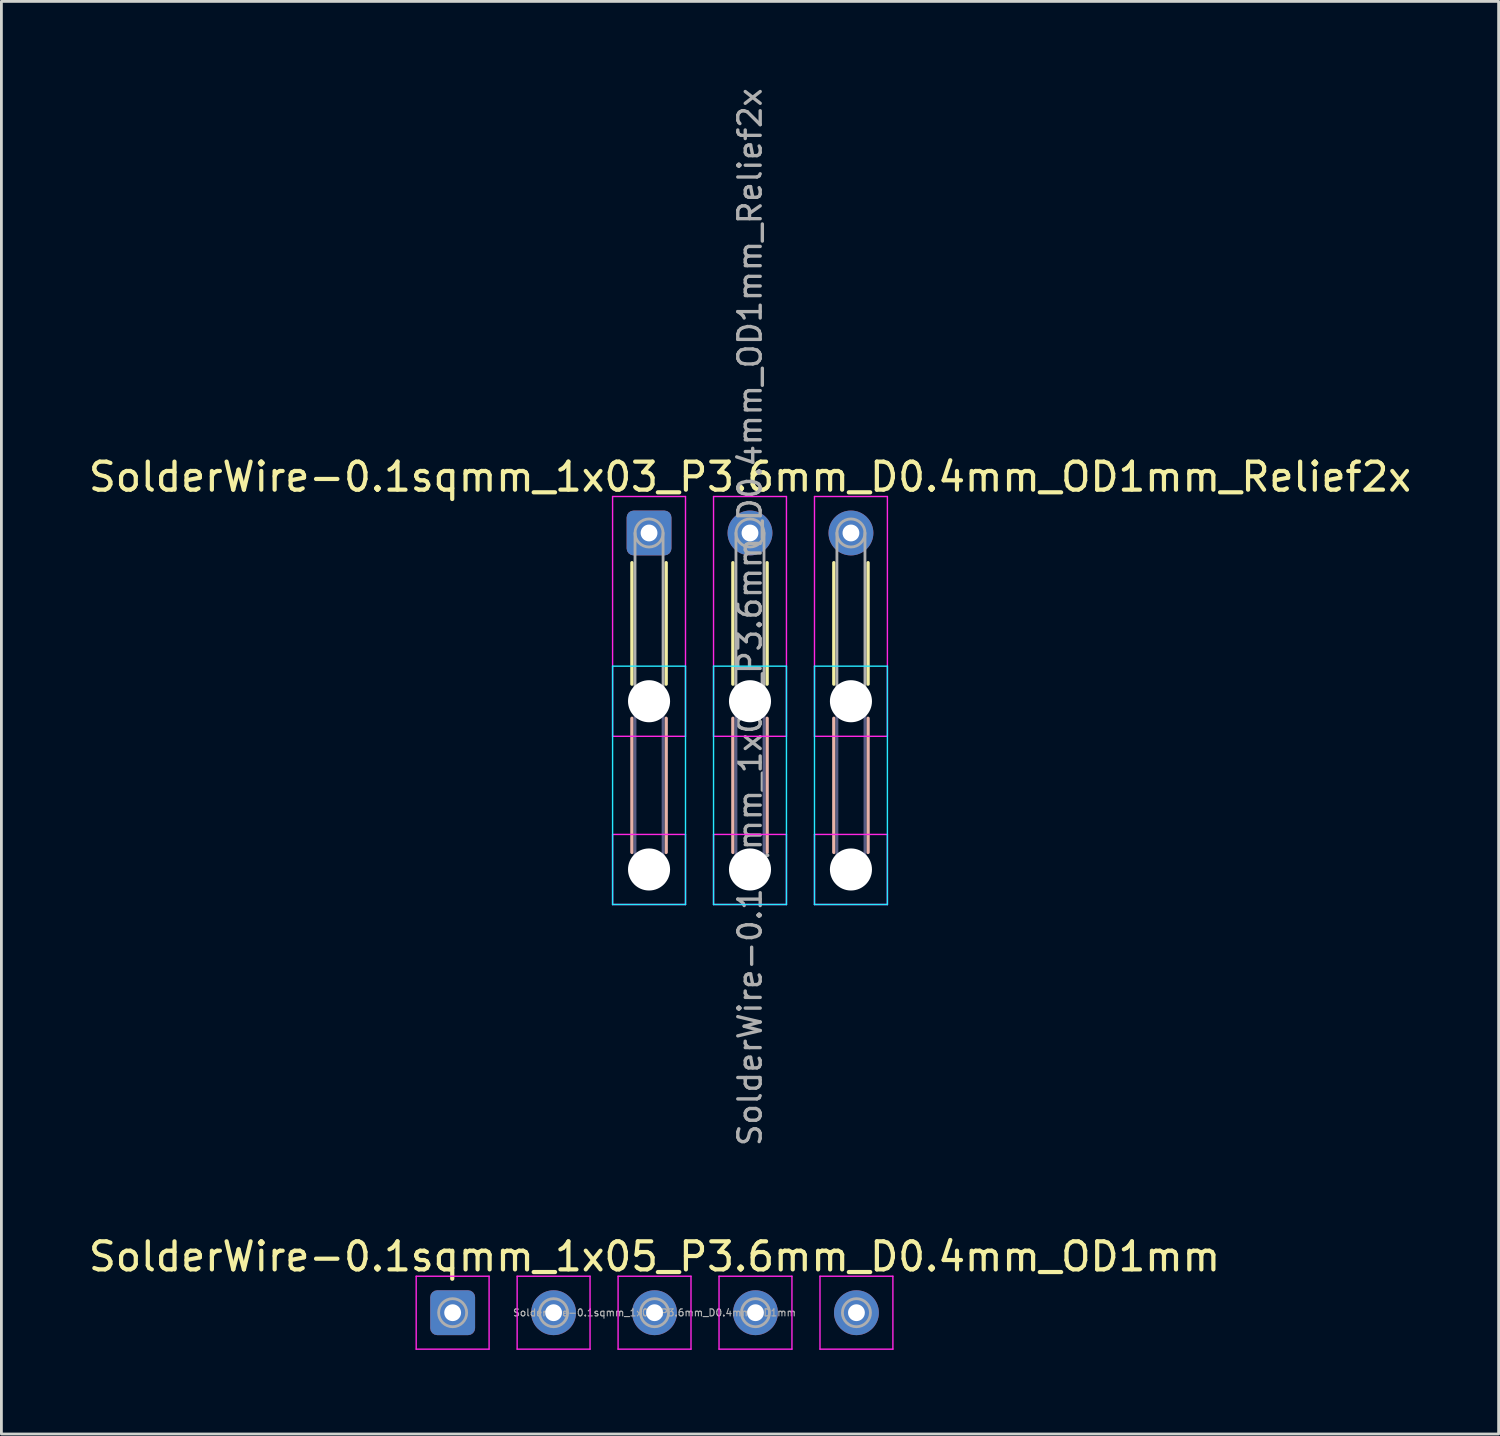
<source format=kicad_pcb>
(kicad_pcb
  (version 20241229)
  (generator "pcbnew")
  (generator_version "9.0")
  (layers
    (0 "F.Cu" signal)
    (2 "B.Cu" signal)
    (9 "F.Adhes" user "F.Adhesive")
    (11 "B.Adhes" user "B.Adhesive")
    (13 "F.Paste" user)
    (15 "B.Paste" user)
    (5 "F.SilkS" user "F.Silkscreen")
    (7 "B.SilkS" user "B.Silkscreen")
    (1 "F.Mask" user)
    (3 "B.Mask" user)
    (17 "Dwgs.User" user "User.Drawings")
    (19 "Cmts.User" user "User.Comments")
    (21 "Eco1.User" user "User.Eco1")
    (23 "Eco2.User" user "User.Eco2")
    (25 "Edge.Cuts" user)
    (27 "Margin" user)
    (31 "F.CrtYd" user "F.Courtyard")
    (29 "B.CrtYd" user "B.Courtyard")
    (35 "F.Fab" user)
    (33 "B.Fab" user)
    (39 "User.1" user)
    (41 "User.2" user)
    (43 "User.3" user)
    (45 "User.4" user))
  (footprint "SolderWire-0.1sqmm_1x05_P3.6mm_D0.4mm_OD1mm"
    (layer "F.Cu")
    (at 13.092 43.763)
    (property "Reference" "SolderWire-0.1sqmm_1x05_P3.6mm_D0.4mm_OD1mm" (at 7.2 -2 0) (layer "F.SilkS") (effects (font (size 1 1) (thickness 0.15))))
    (attr exclude_from_pos_files exclude_from_bom)
    (fp_line (start -1.3 -1.3) (end -1.3 1.3) (stroke (width 0.05) (type solid)) (layer "F.CrtYd"))
    (fp_line (start -1.3 1.3) (end 1.3 1.3) (stroke (width 0.05) (type solid)) (layer "F.CrtYd"))
    (fp_line (start 1.3 -1.3) (end -1.3 -1.3) (stroke (width 0.05) (type solid)) (layer "F.CrtYd"))
    (fp_line (start 1.3 1.3) (end 1.3 -1.3) (stroke (width 0.05) (type solid)) (layer "F.CrtYd"))
    (fp_line (start 2.3 -1.3) (end 2.3 1.3) (stroke (width 0.05) (type solid)) (layer "F.CrtYd"))
    (fp_line (start 2.3 1.3) (end 4.9 1.3) (stroke (width 0.05) (type solid)) (layer "F.CrtYd"))
    (fp_line (start 4.9 -1.3) (end 2.3 -1.3) (stroke (width 0.05) (type solid)) (layer "F.CrtYd"))
    (fp_line (start 4.9 1.3) (end 4.9 -1.3) (stroke (width 0.05) (type solid)) (layer "F.CrtYd"))
    (fp_line (start 5.9 -1.3) (end 5.9 1.3) (stroke (width 0.05) (type solid)) (layer "F.CrtYd"))
    (fp_line (start 5.9 1.3) (end 8.5 1.3) (stroke (width 0.05) (type solid)) (layer "F.CrtYd"))
    (fp_line (start 8.5 -1.3) (end 5.9 -1.3) (stroke (width 0.05) (type solid)) (layer "F.CrtYd"))
    (fp_line (start 8.5 1.3) (end 8.5 -1.3) (stroke (width 0.05) (type solid)) (layer "F.CrtYd"))
    (fp_line (start 9.5 -1.3) (end 9.5 1.3) (stroke (width 0.05) (type solid)) (layer "F.CrtYd"))
    (fp_line (start 9.5 1.3) (end 12.1 1.3) (stroke (width 0.05) (type solid)) (layer "F.CrtYd"))
    (fp_line (start 12.1 -1.3) (end 9.5 -1.3) (stroke (width 0.05) (type solid)) (layer "F.CrtYd"))
    (fp_line (start 12.1 1.3) (end 12.1 -1.3) (stroke (width 0.05) (type solid)) (layer "F.CrtYd"))
    (fp_line (start 13.1 -1.3) (end 13.1 1.3) (stroke (width 0.05) (type solid)) (layer "F.CrtYd"))
    (fp_line (start 13.1 1.3) (end 15.7 1.3) (stroke (width 0.05) (type solid)) (layer "F.CrtYd"))
    (fp_line (start 15.7 -1.3) (end 13.1 -1.3) (stroke (width 0.05) (type solid)) (layer "F.CrtYd"))
    (fp_line (start 15.7 1.3) (end 15.7 -1.3) (stroke (width 0.05) (type solid)) (layer "F.CrtYd"))
    (fp_circle (center 0 0) (end 0.5 0) (stroke (width 0.1) (type solid)) (fill no) (layer "F.Fab"))
    (fp_circle (center 3.6 0) (end 4.1 0) (stroke (width 0.1) (type solid)) (fill no) (layer "F.Fab"))
    (fp_circle (center 7.2 0) (end 7.7 0) (stroke (width 0.1) (type solid)) (fill no) (layer "F.Fab"))
    (fp_circle (center 10.8 0) (end 11.3 0) (stroke (width 0.1) (type solid)) (fill no) (layer "F.Fab"))
    (fp_circle (center 14.4 0) (end 14.9 0) (stroke (width 0.1) (type solid)) (fill no) (layer "F.Fab"))
    (fp_text user "${REFERENCE}" (at 7.2 0 0) (layer "F.Fab") (effects (font (size 0.25 0.25) (thickness 0.04))))
    (pad "1" thru_hole roundrect (at 0 0) (size 1.6 1.6) (drill 0.6) (layers "*.Cu" "*.Mask") (roundrect_rratio 0.156))
    (pad "2" thru_hole circle (at 3.6 0) (size 1.6 1.6) (drill 0.6) (layers "*.Cu" "*.Mask"))
    (pad "3" thru_hole circle (at 7.2 0) (size 1.6 1.6) (drill 0.6) (layers "*.Cu" "*.Mask"))
    (pad "4" thru_hole circle (at 10.8 0) (size 1.6 1.6) (drill 0.6) (layers "*.Cu" "*.Mask"))
    (pad "5" thru_hole circle (at 14.4 0) (size 1.6 1.6) (drill 0.6) (layers "*.Cu" "*.Mask")))
  (footprint "SolderWire-0.1sqmm_1x03_P3.6mm_D0.4mm_OD1mm_Relief2x"
    (layer "F.Cu")
    (at 20.096 15.957)
    (property "Reference" "SolderWire-0.1sqmm_1x03_P3.6mm_D0.4mm_OD1mm_Relief2x" (at 3.6 -2 0) (layer "F.SilkS") (effects (font (size 1 1) (thickness 0.15))))
    (attr exclude_from_pos_files exclude_from_bom)
    (fp_line (start -0.61 1.06) (end -0.61 5.39) (stroke (width 0.12) (type solid)) (layer "F.SilkS"))
    (fp_line (start 0.61 1.06) (end 0.61 5.39) (stroke (width 0.12) (type solid)) (layer "F.SilkS"))
    (fp_line (start 2.99 1.06) (end 2.99 5.39) (stroke (width 0.12) (type solid)) (layer "F.SilkS"))
    (fp_line (start 4.21 1.06) (end 4.21 5.39) (stroke (width 0.12) (type solid)) (layer "F.SilkS"))
    (fp_line (start 6.59 1.06) (end 6.59 5.39) (stroke (width 0.12) (type solid)) (layer "F.SilkS"))
    (fp_line (start 7.81 1.06) (end 7.81 5.39) (stroke (width 0.12) (type solid)) (layer "F.SilkS"))
    (fp_line (start -0.61 6.61) (end -0.61 11.39) (stroke (width 0.12) (type solid)) (layer "B.SilkS"))
    (fp_line (start 0.61 6.61) (end 0.61 11.39) (stroke (width 0.12) (type solid)) (layer "B.SilkS"))
    (fp_line (start 2.99 6.61) (end 2.99 11.39) (stroke (width 0.12) (type solid)) (layer "B.SilkS"))
    (fp_line (start 4.21 6.61) (end 4.21 11.39) (stroke (width 0.12) (type solid)) (layer "B.SilkS"))
    (fp_line (start 6.59 6.61) (end 6.59 11.39) (stroke (width 0.12) (type solid)) (layer "B.SilkS"))
    (fp_line (start 7.81 6.61) (end 7.81 11.39) (stroke (width 0.12) (type solid)) (layer "B.SilkS"))
    (fp_line (start -1.3 4.75) (end -1.3 13.25) (stroke (width 0.05) (type solid)) (layer "B.CrtYd"))
    (fp_line (start -1.3 13.25) (end 1.3 13.25) (stroke (width 0.05) (type solid)) (layer "B.CrtYd"))
    (fp_line (start 1.3 4.75) (end -1.3 4.75) (stroke (width 0.05) (type solid)) (layer "B.CrtYd"))
    (fp_line (start 1.3 13.25) (end 1.3 4.75) (stroke (width 0.05) (type solid)) (layer "B.CrtYd"))
    (fp_line (start 2.3 4.75) (end 2.3 13.25) (stroke (width 0.05) (type solid)) (layer "B.CrtYd"))
    (fp_line (start 2.3 13.25) (end 4.9 13.25) (stroke (width 0.05) (type solid)) (layer "B.CrtYd"))
    (fp_line (start 4.9 4.75) (end 2.3 4.75) (stroke (width 0.05) (type solid)) (layer "B.CrtYd"))
    (fp_line (start 4.9 13.25) (end 4.9 4.75) (stroke (width 0.05) (type solid)) (layer "B.CrtYd"))
    (fp_line (start 5.9 4.75) (end 5.9 13.25) (stroke (width 0.05) (type solid)) (layer "B.CrtYd"))
    (fp_line (start 5.9 13.25) (end 8.5 13.25) (stroke (width 0.05) (type solid)) (layer "B.CrtYd"))
    (fp_line (start 8.5 4.75) (end 5.9 4.75) (stroke (width 0.05) (type solid)) (layer "B.CrtYd"))
    (fp_line (start 8.5 13.25) (end 8.5 4.75) (stroke (width 0.05) (type solid)) (layer "B.CrtYd"))
    (fp_line (start -1.3 -1.3) (end -1.3 7.25) (stroke (width 0.05) (type solid)) (layer "F.CrtYd"))
    (fp_line (start -1.3 7.25) (end 1.3 7.25) (stroke (width 0.05) (type solid)) (layer "F.CrtYd"))
    (fp_line (start -1.3 10.75) (end -1.3 13.25) (stroke (width 0.05) (type solid)) (layer "F.CrtYd"))
    (fp_line (start -1.3 13.25) (end 1.3 13.25) (stroke (width 0.05) (type solid)) (layer "F.CrtYd"))
    (fp_line (start 1.3 -1.3) (end -1.3 -1.3) (stroke (width 0.05) (type solid)) (layer "F.CrtYd"))
    (fp_line (start 1.3 7.25) (end 1.3 -1.3) (stroke (width 0.05) (type solid)) (layer "F.CrtYd"))
    (fp_line (start 1.3 10.75) (end -1.3 10.75) (stroke (width 0.05) (type solid)) (layer "F.CrtYd"))
    (fp_line (start 1.3 13.25) (end 1.3 10.75) (stroke (width 0.05) (type solid)) (layer "F.CrtYd"))
    (fp_line (start 2.3 -1.3) (end 2.3 7.25) (stroke (width 0.05) (type solid)) (layer "F.CrtYd"))
    (fp_line (start 2.3 7.25) (end 4.9 7.25) (stroke (width 0.05) (type solid)) (layer "F.CrtYd"))
    (fp_line (start 2.3 10.75) (end 2.3 13.25) (stroke (width 0.05) (type solid)) (layer "F.CrtYd"))
    (fp_line (start 2.3 13.25) (end 4.9 13.25) (stroke (width 0.05) (type solid)) (layer "F.CrtYd"))
    (fp_line (start 4.9 -1.3) (end 2.3 -1.3) (stroke (width 0.05) (type solid)) (layer "F.CrtYd"))
    (fp_line (start 4.9 7.25) (end 4.9 -1.3) (stroke (width 0.05) (type solid)) (layer "F.CrtYd"))
    (fp_line (start 4.9 10.75) (end 2.3 10.75) (stroke (width 0.05) (type solid)) (layer "F.CrtYd"))
    (fp_line (start 4.9 13.25) (end 4.9 10.75) (stroke (width 0.05) (type solid)) (layer "F.CrtYd"))
    (fp_line (start 5.9 -1.3) (end 5.9 7.25) (stroke (width 0.05) (type solid)) (layer "F.CrtYd"))
    (fp_line (start 5.9 7.25) (end 8.5 7.25) (stroke (width 0.05) (type solid)) (layer "F.CrtYd"))
    (fp_line (start 5.9 10.75) (end 5.9 13.25) (stroke (width 0.05) (type solid)) (layer "F.CrtYd"))
    (fp_line (start 5.9 13.25) (end 8.5 13.25) (stroke (width 0.05) (type solid)) (layer "F.CrtYd"))
    (fp_line (start 8.5 -1.3) (end 5.9 -1.3) (stroke (width 0.05) (type solid)) (layer "F.CrtYd"))
    (fp_line (start 8.5 7.25) (end 8.5 -1.3) (stroke (width 0.05) (type solid)) (layer "F.CrtYd"))
    (fp_line (start 8.5 10.75) (end 5.9 10.75) (stroke (width 0.05) (type solid)) (layer "F.CrtYd"))
    (fp_line (start 8.5 13.25) (end 8.5 10.75) (stroke (width 0.05) (type solid)) (layer "F.CrtYd"))
    (fp_line (start -0.5 6) (end -0.5 12) (stroke (width 0.1) (type solid)) (layer "B.Fab"))
    (fp_line (start 0.5 6) (end 0.5 12) (stroke (width 0.1) (type solid)) (layer "B.Fab"))
    (fp_line (start 3.1 6) (end 3.1 12) (stroke (width 0.1) (type solid)) (layer "B.Fab"))
    (fp_line (start 4.1 6) (end 4.1 12) (stroke (width 0.1) (type solid)) (layer "B.Fab"))
    (fp_line (start 6.7 6) (end 6.7 12) (stroke (width 0.1) (type solid)) (layer "B.Fab"))
    (fp_line (start 7.7 6) (end 7.7 12) (stroke (width 0.1) (type solid)) (layer "B.Fab"))
    (fp_circle (center 0 6) (end 0.5 6) (stroke (width 0.1) (type solid)) (fill no) (layer "B.Fab"))
    (fp_circle (center 0 12) (end 0.5 12) (stroke (width 0.1) (type solid)) (fill no) (layer "B.Fab"))
    (fp_circle (center 3.6 6) (end 4.1 6) (stroke (width 0.1) (type solid)) (fill no) (layer "B.Fab"))
    (fp_circle (center 3.6 12) (end 4.1 12) (stroke (width 0.1) (type solid)) (fill no) (layer "B.Fab"))
    (fp_circle (center 7.2 6) (end 7.7 6) (stroke (width 0.1) (type solid)) (fill no) (layer "B.Fab"))
    (fp_circle (center 7.2 12) (end 7.7 12) (stroke (width 0.1) (type solid)) (fill no) (layer "B.Fab"))
    (fp_line (start -0.5 0) (end -0.5 6) (stroke (width 0.1) (type solid)) (layer "F.Fab"))
    (fp_line (start 0.5 0) (end 0.5 6) (stroke (width 0.1) (type solid)) (layer "F.Fab"))
    (fp_line (start 3.1 0) (end 3.1 6) (stroke (width 0.1) (type solid)) (layer "F.Fab"))
    (fp_line (start 4.1 0) (end 4.1 6) (stroke (width 0.1) (type solid)) (layer "F.Fab"))
    (fp_line (start 6.7 0) (end 6.7 6) (stroke (width 0.1) (type solid)) (layer "F.Fab"))
    (fp_line (start 7.7 0) (end 7.7 6) (stroke (width 0.1) (type solid)) (layer "F.Fab"))
    (fp_circle (center 0 0) (end 0.5 0) (stroke (width 0.1) (type solid)) (fill no) (layer "F.Fab"))
    (fp_circle (center 0 6) (end 0.5 6) (stroke (width 0.1) (type solid)) (fill no) (layer "F.Fab"))
    (fp_circle (center 0 12) (end 0.5 12) (stroke (width 0.1) (type solid)) (fill no) (layer "F.Fab"))
    (fp_circle (center 3.6 0) (end 4.1 0) (stroke (width 0.1) (type solid)) (fill no) (layer "F.Fab"))
    (fp_circle (center 3.6 6) (end 4.1 6) (stroke (width 0.1) (type solid)) (fill no) (layer "F.Fab"))
    (fp_circle (center 3.6 12) (end 4.1 12) (stroke (width 0.1) (type solid)) (fill no) (layer "F.Fab"))
    (fp_circle (center 7.2 0) (end 7.7 0) (stroke (width 0.1) (type solid)) (fill no) (layer "F.Fab"))
    (fp_circle (center 7.2 6) (end 7.7 6) (stroke (width 0.1) (type solid)) (fill no) (layer "F.Fab"))
    (fp_circle (center 7.2 12) (end 7.7 12) (stroke (width 0.1) (type solid)) (fill no) (layer "F.Fab"))
    (fp_text user "${REFERENCE}" (at 3.6 3 90) (layer "F.Fab") (effects (font (size 0.8 0.8) (thickness 0.12))))
    (pad "" np_thru_hole circle (at 0 6) (size 1.5 1.5) (drill 1.5) (layers "*.Cu" "*.Mask"))
    (pad "" np_thru_hole circle (at 0 12) (size 1.5 1.5) (drill 1.5) (layers "*.Cu" "*.Mask"))
    (pad "" np_thru_hole circle (at 3.6 6) (size 1.5 1.5) (drill 1.5) (layers "*.Cu" "*.Mask"))
    (pad "" np_thru_hole circle (at 3.6 12) (size 1.5 1.5) (drill 1.5) (layers "*.Cu" "*.Mask"))
    (pad "" np_thru_hole circle (at 7.2 6) (size 1.5 1.5) (drill 1.5) (layers "*.Cu" "*.Mask"))
    (pad "" np_thru_hole circle (at 7.2 12) (size 1.5 1.5) (drill 1.5) (layers "*.Cu" "*.Mask"))
    (pad "1" thru_hole roundrect (at 0 0) (size 1.6 1.6) (drill 0.6) (layers "*.Cu" "*.Mask") (roundrect_rratio 0.156))
    (pad "2" thru_hole circle (at 3.6 0) (size 1.6 1.6) (drill 0.6) (layers "*.Cu" "*.Mask"))
    (pad "3" thru_hole circle (at 7.2 0) (size 1.6 1.6) (drill 0.6) (layers "*.Cu" "*.Mask")))
  (gr_rect
    (start -3 -3)
    (end 50.393 48.088)
    (stroke (width 0.1) (type default))
    (fill no)
    (layer "Edge.Cuts")))
</source>
